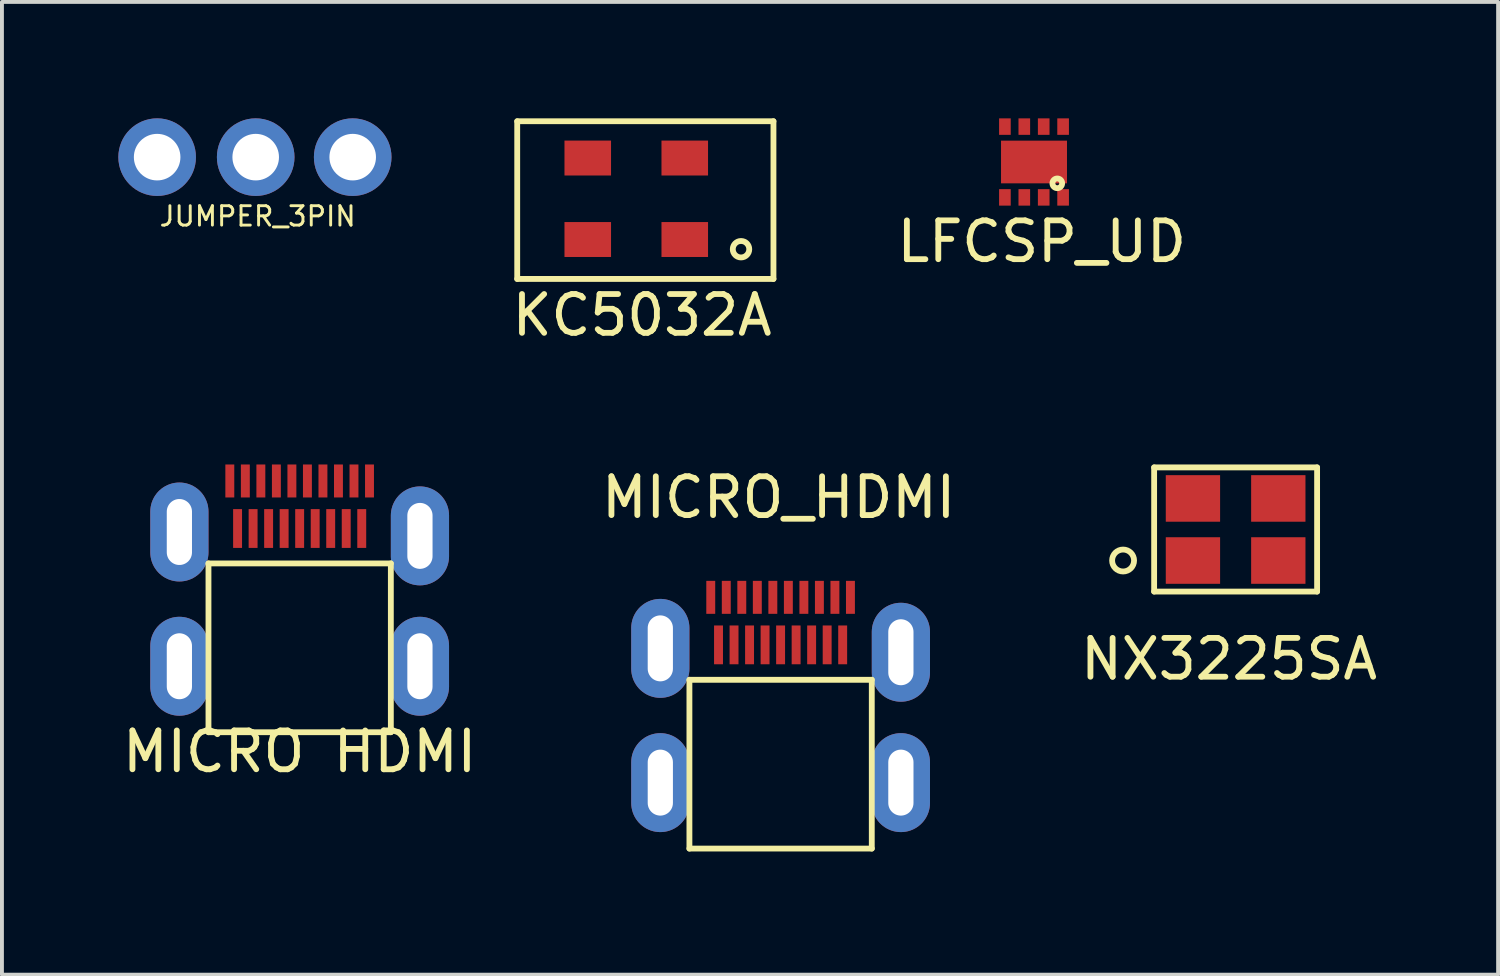
<source format=kicad_pcb>
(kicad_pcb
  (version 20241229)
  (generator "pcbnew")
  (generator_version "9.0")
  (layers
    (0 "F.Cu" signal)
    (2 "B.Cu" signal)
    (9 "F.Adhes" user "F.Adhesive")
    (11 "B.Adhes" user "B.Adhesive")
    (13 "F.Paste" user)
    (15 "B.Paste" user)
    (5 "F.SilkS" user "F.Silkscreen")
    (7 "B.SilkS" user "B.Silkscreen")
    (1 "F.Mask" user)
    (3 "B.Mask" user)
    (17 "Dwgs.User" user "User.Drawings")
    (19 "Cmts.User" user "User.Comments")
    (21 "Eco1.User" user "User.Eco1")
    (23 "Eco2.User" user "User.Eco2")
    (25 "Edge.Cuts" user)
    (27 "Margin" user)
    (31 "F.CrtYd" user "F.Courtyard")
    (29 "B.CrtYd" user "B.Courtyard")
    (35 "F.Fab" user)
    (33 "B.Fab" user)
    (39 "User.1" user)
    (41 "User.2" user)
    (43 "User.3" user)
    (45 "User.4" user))
  (footprint "KC5032A"
    (layer "F.Cu")
    (at 14.598 3.123)
    (property "Reference" "KC5032A" (at -1.1 1.95 0) (layer "F.SilkS") (effects (font (size 1 1) (thickness 0.15))))
    (attr through_hole)
    (fp_line (start -4.318 -3.048) (end -4.318 1.016) (stroke (width 0.15) (type solid)) (layer "F.SilkS"))
    (fp_line (start -4.318 -3.048) (end 2.286 -3.048) (stroke (width 0.15) (type solid)) (layer "F.SilkS"))
    (fp_line (start 2.286 -3.048) (end 2.286 1.016) (stroke (width 0.15) (type solid)) (layer "F.SilkS"))
    (fp_line (start 2.286 1.016) (end -4.318 1.016) (stroke (width 0.15) (type solid)) (layer "F.SilkS"))
    (fp_circle (center 1.45 0.25) (end 1.6 0.4) (stroke (width 0.15) (type solid)) (fill no) (layer "F.SilkS"))
    (pad "1" smd rect (at 0 0) (size 1.2 0.9) (layers "F.Cu" "F.Mask" "F.Paste"))
    (pad "2" smd rect (at -2.5 0) (size 1.2 0.9) (layers "F.Cu" "F.Mask" "F.Paste"))
    (pad "3" smd rect (at -2.5 -2.1) (size 1.2 0.9) (layers "F.Cu" "F.Mask" "F.Paste"))
    (pad "4" smd rect (at 0 -2.1) (size 1.2 0.9) (layers "F.Cu" "F.Mask" "F.Paste")))
  (footprint "MICRO_HDMI"
    (layer "F.Cu")
    (at 17.068 18.82)
    (property "Reference" "MICRO_HDMI" (at -0.05 -9.05 0) (layer "F.SilkS") (effects (font (size 1 1) (thickness 0.15))))
    (attr through_hole)
    (fp_line (start -2.35 -4.35) (end -2.35 0) (stroke (width 0.15) (type solid)) (layer "F.SilkS"))
    (fp_line (start -2.35 0) (end 2.35 0) (stroke (width 0.15) (type solid)) (layer "F.SilkS"))
    (fp_line (start 2.35 -4.35) (end -2.35 -4.35) (stroke (width 0.15) (type solid)) (layer "F.SilkS"))
    (fp_line (start 2.35 0) (end 2.35 -4.35) (stroke (width 0.15) (type solid)) (layer "F.SilkS"))
    (pad "" thru_hole oval (at -3.1 -5.16) (size 1.5 2.55) (drill oval 0.65 1.7) (layers "*.Cu" "*.Mask"))
    (pad "" thru_hole oval (at -3.1 -1.7) (size 1.5 2.55) (drill oval 0.65 1.7) (layers "*.Cu" "*.Mask"))
    (pad "" thru_hole oval (at 3.1 -5.06) (size 1.5 2.55) (drill oval 0.65 1.7) (layers "*.Cu" "*.Mask"))
    (pad "" thru_hole oval (at 3.1 -1.7) (size 1.5 2.55) (drill oval 0.65 1.7) (layers "*.Cu" "*.Mask"))
    (pad "1" smd rect (at 1.8 -6.475) (size 0.23 0.85) (layers "F.Cu" "F.Mask" "F.Paste"))
    (pad "2" smd rect (at 1.6 -5.25) (size 0.23 1) (layers "F.Cu" "F.Mask" "F.Paste"))
    (pad "3" smd rect (at 1.4 -6.475) (size 0.23 0.85) (layers "F.Cu" "F.Mask" "F.Paste"))
    (pad "4" smd rect (at 1.2 -5.25) (size 0.23 1) (layers "F.Cu" "F.Mask" "F.Paste"))
    (pad "5" smd rect (at 1 -6.475) (size 0.23 0.85) (layers "F.Cu" "F.Mask" "F.Paste"))
    (pad "6" smd rect (at 0.8 -5.25) (size 0.23 1) (layers "F.Cu" "F.Mask" "F.Paste"))
    (pad "7" smd rect (at 0.6 -6.475) (size 0.23 0.85) (layers "F.Cu" "F.Mask" "F.Paste"))
    (pad "8" smd rect (at 0.4 -5.25) (size 0.23 1) (layers "F.Cu" "F.Mask" "F.Paste"))
    (pad "9" smd rect (at 0.2 -6.475) (size 0.23 0.85) (layers "F.Cu" "F.Mask" "F.Paste"))
    (pad "10" smd rect (at 0 -5.25) (size 0.23 1) (layers "F.Cu" "F.Mask" "F.Paste"))
    (pad "11" smd rect (at -0.2 -6.475) (size 0.23 0.85) (layers "F.Cu" "F.Mask" "F.Paste"))
    (pad "12" smd rect (at -0.4 -5.25) (size 0.23 1) (layers "F.Cu" "F.Mask" "F.Paste"))
    (pad "13" smd rect (at -0.6 -6.475) (size 0.23 0.85) (layers "F.Cu" "F.Mask" "F.Paste"))
    (pad "14" smd rect (at -0.8 -5.25) (size 0.23 1) (layers "F.Cu" "F.Mask" "F.Paste"))
    (pad "15" smd rect (at -1 -6.475) (size 0.23 0.85) (layers "F.Cu" "F.Mask" "F.Paste"))
    (pad "16" smd rect (at -1.2 -5.25) (size 0.23 1) (layers "F.Cu" "F.Mask" "F.Paste"))
    (pad "17" smd rect (at -1.4 -6.475) (size 0.23 0.85) (layers "F.Cu" "F.Mask" "F.Paste"))
    (pad "18" smd rect (at -1.6 -5.25) (size 0.23 1) (layers "F.Cu" "F.Mask" "F.Paste"))
    (pad "19" smd rect (at -1.8 -6.475) (size 0.23 0.85) (layers "F.Cu" "F.Mask" "F.Paste")))
  (footprint "JUMPER_3PIN"
    (layer "F.Cu")
    (at 3.54 1)
    (property "Reference" "JUMPER_3PIN" (at 0.051 1.524 0) (layer "F.SilkS") (effects (font (size 0.5 0.5) (thickness 0.075))))
    (attr through_hole)
    (pad "1" thru_hole circle (at -2.54 0) (size 2 2) (drill 1.2) (layers "*.Cu" "*.Mask"))
    (pad "2" thru_hole circle (at 0 0) (size 2 2) (drill 1.2) (layers "*.Cu" "*.Mask"))
    (pad "3" thru_hole circle (at 2.5 0) (size 2 2) (drill 1.2) (layers "*.Cu" "*.Mask")))
  (footprint "MICRO HDMI"
    (layer "F.Cu")
    (at 4.673 15.821)
    (property "Reference" "MICRO HDMI" (at 0 0.5 0) (layer "F.SilkS") (effects (font (size 1 1) (thickness 0.15))))
    (attr through_hole)
    (fp_line (start -2.35 -4.35) (end -2.35 0) (stroke (width 0.15) (type solid)) (layer "F.SilkS"))
    (fp_line (start -2.35 0) (end 2.35 0) (stroke (width 0.15) (type solid)) (layer "F.SilkS"))
    (fp_line (start 2.35 -4.35) (end -2.35 -4.35) (stroke (width 0.15) (type solid)) (layer "F.SilkS"))
    (fp_line (start 2.35 0) (end 2.35 -4.35) (stroke (width 0.15) (type solid)) (layer "F.SilkS"))
    (pad "" thru_hole oval (at -3.1 -5.16) (size 1.5 2.55) (drill oval 0.65 1.7) (layers "*.Cu" "*.Mask"))
    (pad "" thru_hole oval (at -3.1 -1.7) (size 1.5 2.55) (drill oval 0.65 1.7) (layers "*.Cu" "*.Mask"))
    (pad "" thru_hole oval (at 3.1 -5.06) (size 1.5 2.55) (drill oval 0.65 1.7) (layers "*.Cu" "*.Mask"))
    (pad "" thru_hole oval (at 3.1 -1.7) (size 1.5 2.55) (drill oval 0.65 1.7) (layers "*.Cu" "*.Mask"))
    (pad "1" smd rect (at 1.8 -6.475) (size 0.23 0.85) (layers "F.Cu" "F.Mask" "F.Paste"))
    (pad "2" smd rect (at 1.6 -5.25) (size 0.23 1) (layers "F.Cu" "F.Mask" "F.Paste"))
    (pad "3" smd rect (at 1.4 -6.475) (size 0.23 0.85) (layers "F.Cu" "F.Mask" "F.Paste"))
    (pad "4" smd rect (at 1.2 -5.25) (size 0.23 1) (layers "F.Cu" "F.Mask" "F.Paste"))
    (pad "5" smd rect (at 1 -6.475) (size 0.23 0.85) (layers "F.Cu" "F.Mask" "F.Paste"))
    (pad "6" smd rect (at 0.8 -5.25) (size 0.23 1) (layers "F.Cu" "F.Mask" "F.Paste"))
    (pad "7" smd rect (at 0.6 -6.475) (size 0.23 0.85) (layers "F.Cu" "F.Mask" "F.Paste"))
    (pad "8" smd rect (at 0.4 -5.25) (size 0.23 1) (layers "F.Cu" "F.Mask" "F.Paste"))
    (pad "9" smd rect (at 0.2 -6.475) (size 0.23 0.85) (layers "F.Cu" "F.Mask" "F.Paste"))
    (pad "10" smd rect (at 0 -5.25) (size 0.23 1) (layers "F.Cu" "F.Mask" "F.Paste"))
    (pad "11" smd rect (at -0.2 -6.475) (size 0.23 0.85) (layers "F.Cu" "F.Mask" "F.Paste"))
    (pad "12" smd rect (at -0.4 -5.25) (size 0.23 1) (layers "F.Cu" "F.Mask" "F.Paste"))
    (pad "13" smd rect (at -0.6 -6.475) (size 0.23 0.85) (layers "F.Cu" "F.Mask" "F.Paste"))
    (pad "14" smd rect (at -0.8 -5.25) (size 0.23 1) (layers "F.Cu" "F.Mask" "F.Paste"))
    (pad "15" smd rect (at -1 -6.475) (size 0.23 0.85) (layers "F.Cu" "F.Mask" "F.Paste"))
    (pad "16" smd rect (at -1.2 -5.25) (size 0.23 1) (layers "F.Cu" "F.Mask" "F.Paste"))
    (pad "17" smd rect (at -1.4 -6.475) (size 0.23 0.85) (layers "F.Cu" "F.Mask" "F.Paste"))
    (pad "18" smd rect (at -1.6 -5.25) (size 0.23 1) (layers "F.Cu" "F.Mask" "F.Paste"))
    (pad "19" smd rect (at -1.8 -6.475) (size 0.23 0.85) (layers "F.Cu" "F.Mask" "F.Paste")))
  (footprint "NX3225SA"
    (layer "F.Cu")
    (at 29.895 11.396)
    (property "Reference" "NX3225SA" (at -1.27 2.54 0) (layer "F.SilkS") (effects (font (size 1 1) (thickness 0.15))))
    (attr through_hole)
    (fp_line (start -3.2 -2.4) (end -3.2 0.8) (stroke (width 0.15) (type solid)) (layer "F.SilkS"))
    (fp_line (start -3.2 0.8) (end 1 0.8) (stroke (width 0.15) (type solid)) (layer "F.SilkS"))
    (fp_line (start 1 -2.4) (end -3.2 -2.4) (stroke (width 0.15) (type solid)) (layer "F.SilkS"))
    (fp_line (start 1 0.8) (end 1 -2.4) (stroke (width 0.15) (type solid)) (layer "F.SilkS"))
    (fp_circle (center -4 0) (end -3.8 -0.2) (stroke (width 0.15) (type solid)) (fill no) (layer "F.SilkS"))
    (pad "1" smd rect (at -2.2 0) (size 1.4 1.2) (layers "F.Cu" "F.Mask" "F.Paste"))
    (pad "2" smd rect (at 0 0) (size 1.4 1.2) (layers "F.Cu" "F.Mask" "F.Paste"))
    (pad "3" smd rect (at 0 -1.6) (size 1.4 1.2) (layers "F.Cu" "F.Mask" "F.Paste"))
    (pad "4" smd rect (at -2.2 -1.6) (size 1.4 1.2) (layers "F.Cu" "F.Mask" "F.Paste")))
  (footprint "LFCSP_UD"
    (layer "F.Cu")
    (at 23.599 1.125)
    (property "Reference" "LFCSP_UD" (at 0.2 2.05 0) (layer "F.SilkS") (effects (font (size 1 1) (thickness 0.15))))
    (attr through_hole)
    (fp_circle (center 0.6 0.55) (end 0.65 0.55) (stroke (width 0.15) (type solid)) (fill no) (layer "F.SilkS"))
    (pad "1" smd rect (at 0.75 0.912) (size 0.3 0.425) (layers "F.Cu" "F.Mask" "F.Paste"))
    (pad "2" smd rect (at 0.25 0.912) (size 0.3 0.425) (layers "F.Cu" "F.Mask" "F.Paste"))
    (pad "3" smd rect (at -0.25 0.912) (size 0.3 0.425) (layers "F.Cu" "F.Mask" "F.Paste"))
    (pad "4" smd rect (at -0.75 0.912) (size 0.3 0.425) (layers "F.Cu" "F.Mask" "F.Paste"))
    (pad "5" smd rect (at -0.75 -0.912) (size 0.3 0.425) (layers "F.Cu" "F.Mask" "F.Paste"))
    (pad "6" smd rect (at -0.25 -0.912) (size 0.3 0.425) (layers "F.Cu" "F.Mask" "F.Paste"))
    (pad "7" smd rect (at 0.25 -0.912) (size 0.3 0.425) (layers "F.Cu" "F.Mask" "F.Paste"))
    (pad "8" smd rect (at 0.75 -0.912) (size 0.3 0.425) (layers "F.Cu" "F.Mask" "F.Paste"))
    (pad "P" smd rect (at 0 0) (size 1.7 1.1) (layers "F.Cu" "F.Mask" "F.Paste")))
  (gr_rect
    (start -3 -3)
    (end 35.56 22.07)
    (stroke (width 0.1) (type default))
    (fill no)
    (layer "Edge.Cuts")))
</source>
